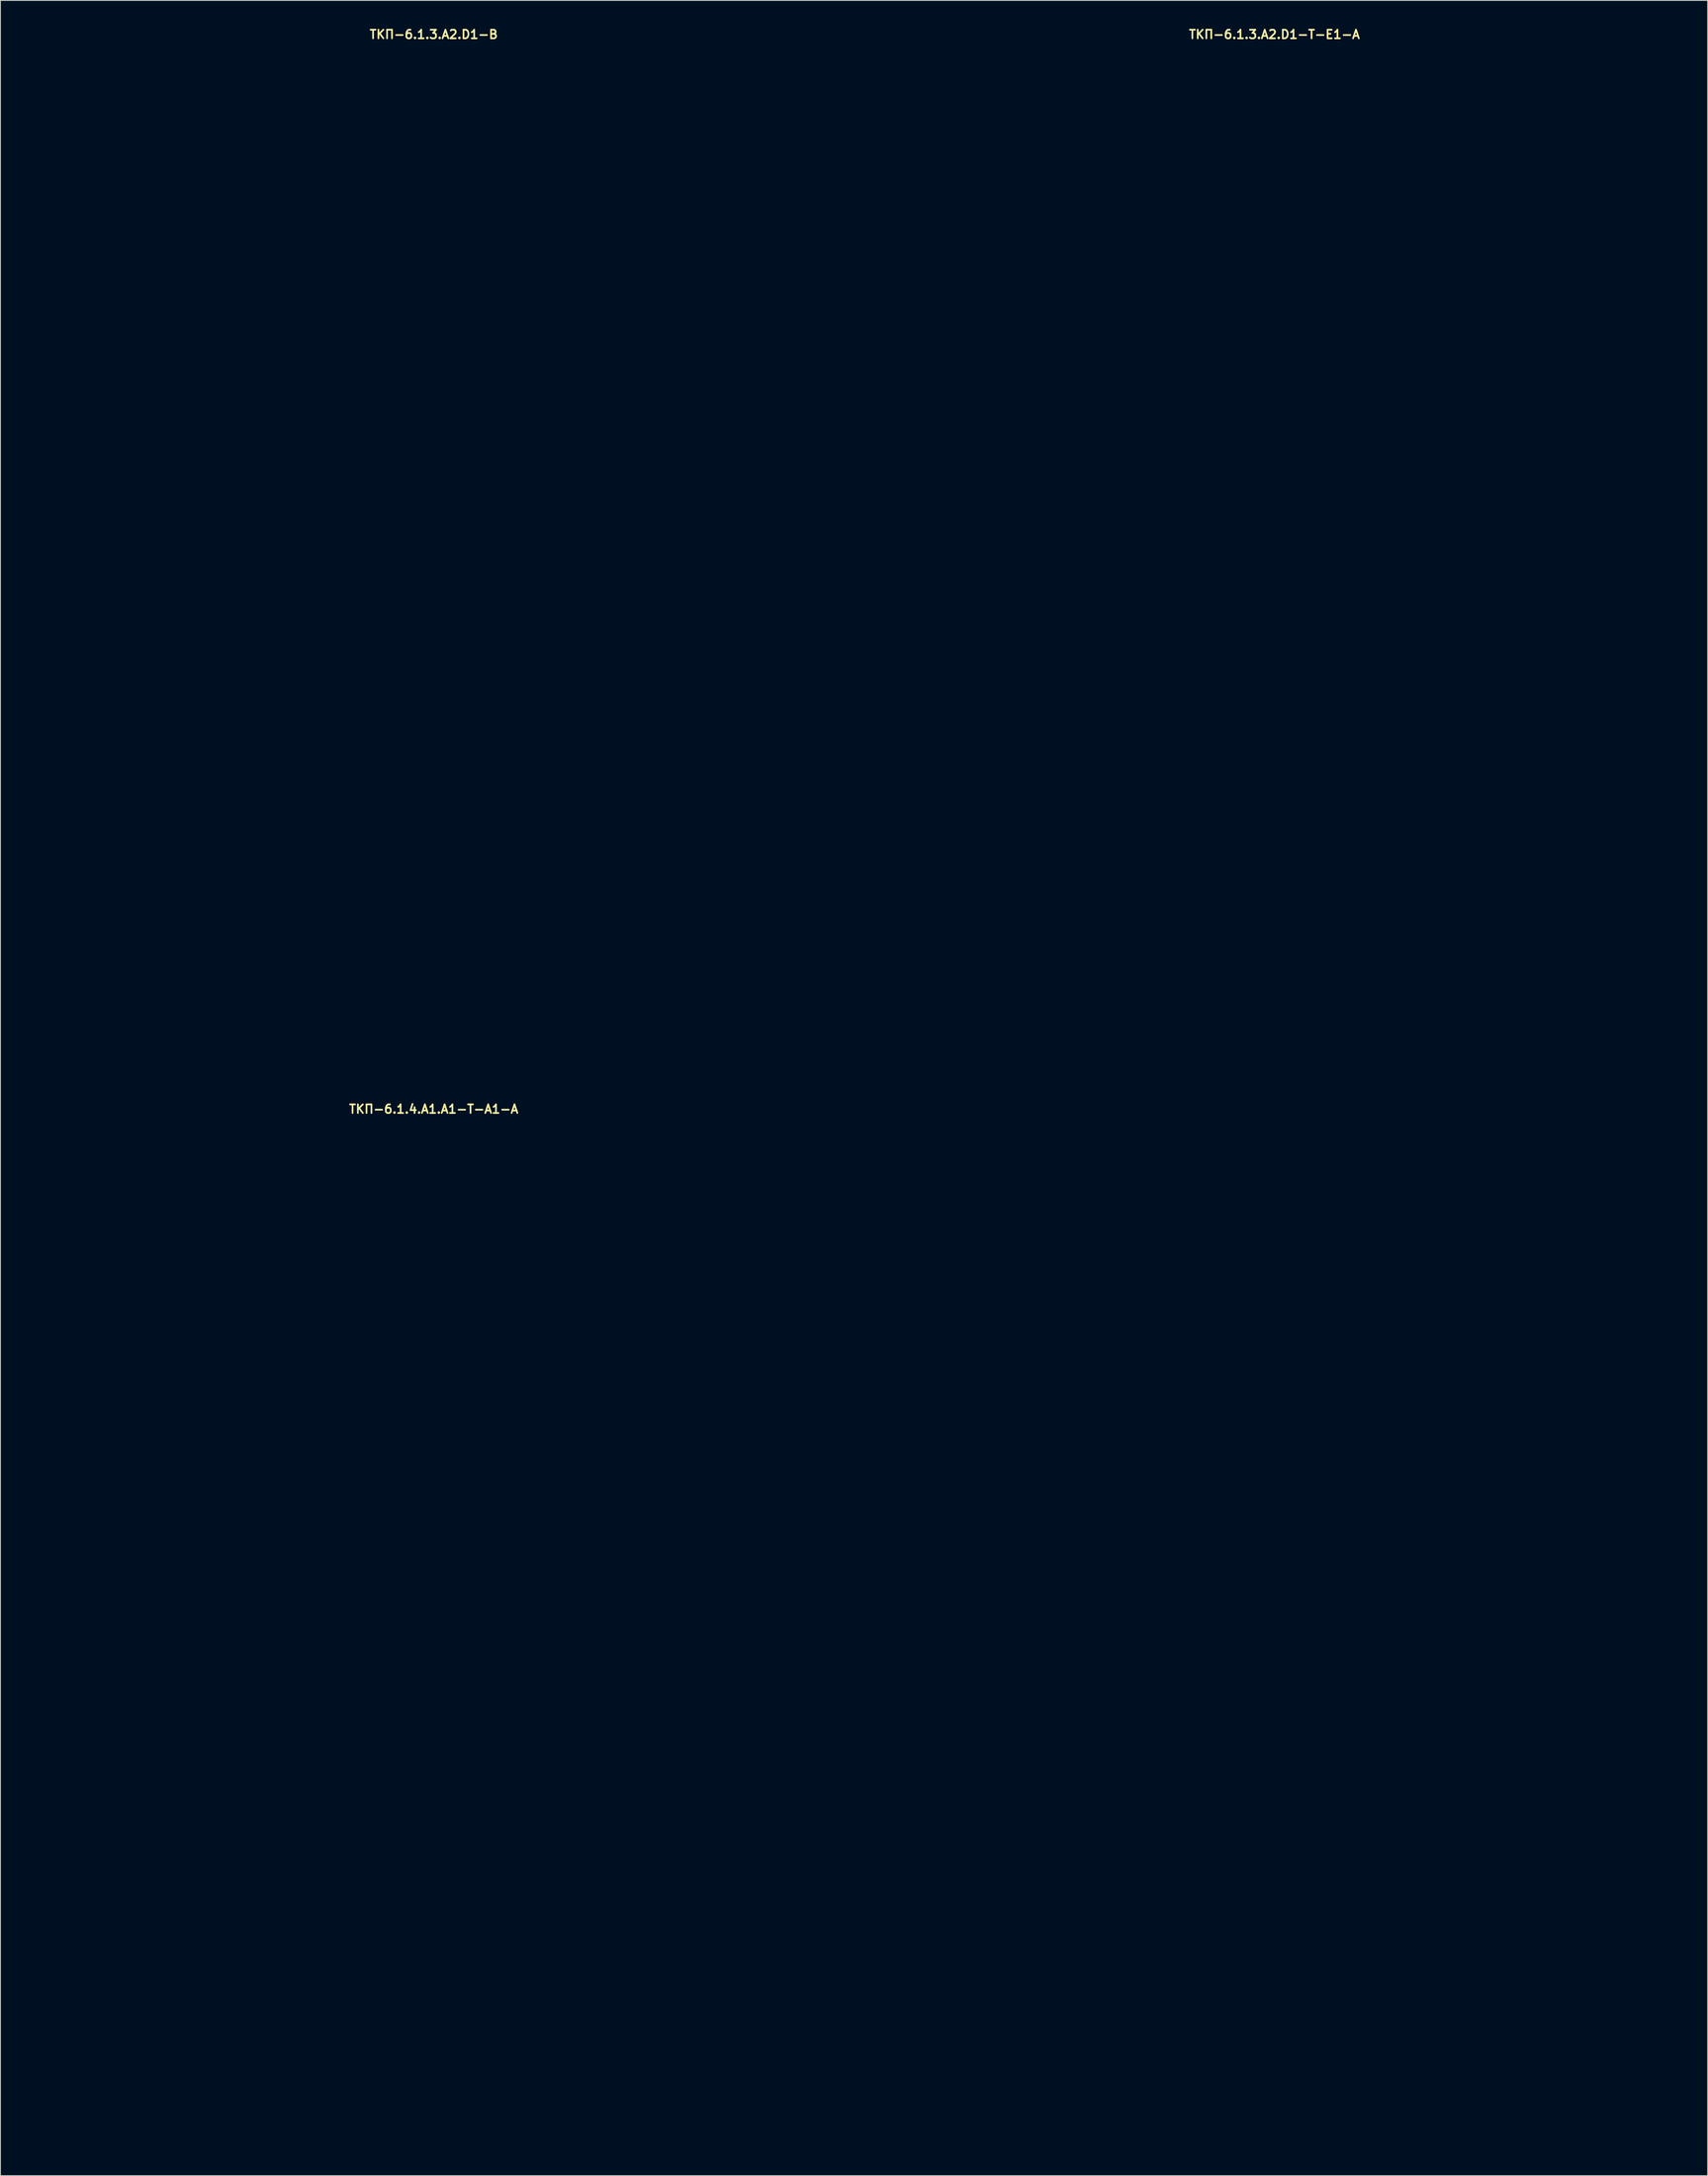
<source format=kicad_pcb>
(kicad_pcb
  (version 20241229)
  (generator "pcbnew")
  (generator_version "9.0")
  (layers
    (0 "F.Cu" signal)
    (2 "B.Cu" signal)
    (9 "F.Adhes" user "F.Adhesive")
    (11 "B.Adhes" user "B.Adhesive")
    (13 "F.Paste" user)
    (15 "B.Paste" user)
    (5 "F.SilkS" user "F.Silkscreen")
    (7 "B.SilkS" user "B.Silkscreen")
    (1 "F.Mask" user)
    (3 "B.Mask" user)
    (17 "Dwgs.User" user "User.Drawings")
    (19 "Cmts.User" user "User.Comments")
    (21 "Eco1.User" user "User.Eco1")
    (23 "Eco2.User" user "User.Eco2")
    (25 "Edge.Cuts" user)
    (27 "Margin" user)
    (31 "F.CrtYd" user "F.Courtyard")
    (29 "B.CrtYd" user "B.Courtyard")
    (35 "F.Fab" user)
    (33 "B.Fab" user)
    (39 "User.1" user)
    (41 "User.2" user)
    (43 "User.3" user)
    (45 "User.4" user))
  (footprint "ТКП-6.1.3.A2.D1-B"
    (layer "F.Cu")
    (at 47.2 61.515)
    (property "Reference" "ТКП-6.1.3.A2.D1-B" (at 0 -60.579 0) (layer "F.SilkS") (effects (font (size 1 1) (thickness 0.2))))
    (attr through_hole)
    (fp_line (start -47 -56.65) (end -47 56.65) (stroke (width 0.4) (type solid)) (layer "Eco1.User"))
    (fp_line (start -43.9 -59.75) (end 43.9 -59.75) (stroke (width 0.4) (type solid)) (layer "Eco1.User"))
    (fp_line (start -43.9 59.75) (end 43.9 59.75) (stroke (width 0.4) (type solid)) (layer "Eco1.User"))
    (fp_line (start 47 -56.65) (end 47 56.65) (stroke (width 0.4) (type solid)) (layer "Eco1.User"))
    (fp_arc (start -47 -56.65) (mid -46.092031 -58.842031) (end -43.9 -59.75) (stroke (width 0.4) (type solid)) (layer "Eco1.User"))
    (fp_arc (start -43.9 59.75) (mid -46.092031 58.842031) (end -47 56.65) (stroke (width 0.4) (type solid)) (layer "Eco1.User"))
    (fp_arc (start 43.9 -59.75) (mid 46.092031 -58.842031) (end 47 -56.65) (stroke (width 0.4) (type solid)) (layer "Eco1.User"))
    (fp_arc (start 47 56.65) (mid 46.092031 58.842031) (end 43.9 59.75) (stroke (width 0.4) (type solid)) (layer "Eco1.User"))
    (fp_circle (center -38.6 -51.35) (end -36.6 -51.35) (stroke (width 0.4) (type solid)) (fill no) (layer "Eco1.User"))
    (fp_circle (center -38.6 51.35) (end -36.6 51.35) (stroke (width 0.4) (type solid)) (fill no) (layer "Eco1.User"))
    (fp_circle (center -33.02 -31.55) (end -29.42 -31.55) (stroke (width 0.4) (type solid)) (fill no) (layer "Eco1.User"))
    (fp_circle (center -29.21 -52.07) (end -27.71 -52.07) (stroke (width 0.4) (type solid)) (fill no) (layer "Eco1.User"))
    (fp_circle (center -19.05 10.36) (end -17.55 10.36) (stroke (width 0.4) (type solid)) (fill no) (layer "Eco1.User"))
    (fp_circle (center -8.89 -52.07) (end -7.39 -52.07) (stroke (width 0.4) (type solid)) (fill no) (layer "Eco1.User"))
    (fp_circle (center 0 -31.55) (end 3.6 -31.55) (stroke (width 0.4) (type solid)) (fill no) (layer "Eco1.User"))
    (fp_circle (center 0 30.48) (end 2.65 30.48) (stroke (width 0.4) (type solid)) (fill no) (layer "Eco1.User"))
    (fp_circle (center 0 45.72) (end 6 45.72) (stroke (width 0.4) (type solid)) (fill no) (layer "Eco1.User"))
    (fp_circle (center 8.89 -52.07) (end 10.39 -52.07) (stroke (width 0.4) (type solid)) (fill no) (layer "Eco1.User"))
    (fp_circle (center 16.51 -10.16) (end 19.51 -10.16) (stroke (width 0.4) (type solid)) (fill no) (layer "Eco1.User"))
    (fp_circle (center 19.05 10.36) (end 20.55 10.36) (stroke (width 0.4) (type solid)) (fill no) (layer "Eco1.User"))
    (fp_circle (center 29.21 -52.07) (end 30.71 -52.07) (stroke (width 0.4) (type solid)) (fill no) (layer "Eco1.User"))
    (fp_circle (center 33.02 -31.55) (end 36.62 -31.55) (stroke (width 0.4) (type solid)) (fill no) (layer "Eco1.User"))
    (fp_circle (center 38.6 -51.35) (end 40.6 -51.35) (stroke (width 0.4) (type solid)) (fill no) (layer "Eco1.User"))
    (fp_circle (center 38.6 51.35) (end 40.6 51.35) (stroke (width 0.4) (type solid)) (fill no) (layer "Eco1.User")))
  (footprint "ТКП-6.1.3.A2.D1-T-E1-A"
    (layer "F.Cu")
    (at 144.6 61.515)
    (property "Reference" "ТКП-6.1.3.A2.D1-T-E1-A" (at 0 -60.579 0) (layer "F.SilkS") (effects (font (size 1 1) (thickness 0.2))))
    (attr through_hole)
    (fp_line (start -47 -56.65) (end -47 56.65) (stroke (width 0.4) (type solid)) (layer "Eco1.User"))
    (fp_line (start -43.9 -59.75) (end 43.9 -59.75) (stroke (width 0.4) (type solid)) (layer "Eco1.User"))
    (fp_line (start -43.9 59.75) (end 43.9 59.75) (stroke (width 0.4) (type solid)) (layer "Eco1.User"))
    (fp_line (start 47 -56.65) (end 47 56.65) (stroke (width 0.4) (type solid)) (layer "Eco1.User"))
    (fp_arc (start -47 -56.65) (mid -46.092031 -58.842031) (end -43.9 -59.75) (stroke (width 0.4) (type solid)) (layer "Eco1.User"))
    (fp_arc (start -43.9 59.75) (mid -46.092031 58.842031) (end -47 56.65) (stroke (width 0.4) (type solid)) (layer "Eco1.User"))
    (fp_arc (start 43.9 -59.75) (mid 46.092031 -58.842031) (end 47 -56.65) (stroke (width 0.4) (type solid)) (layer "Eco1.User"))
    (fp_arc (start 47 56.65) (mid 46.092031 58.842031) (end 43.9 59.75) (stroke (width 0.4) (type solid)) (layer "Eco1.User"))
    (fp_circle (center -38.6 -51.35) (end -36.6 -51.35) (stroke (width 0.4) (type solid)) (fill no) (layer "Eco1.User"))
    (fp_circle (center -38.6 -51.35) (end -35.1 -51.35) (stroke (width 0.4) (type solid)) (fill no) (layer "Eco1.User"))
    (fp_circle (center -38.6 51.35) (end -36.6 51.35) (stroke (width 0.4) (type solid)) (fill no) (layer "Eco1.User"))
    (fp_circle (center -38.6 51.35) (end -35.1 51.35) (stroke (width 0.4) (type solid)) (fill no) (layer "Eco1.User"))
    (fp_circle (center -33.02 -31.55) (end -29.42 -31.55) (stroke (width 0.4) (type solid)) (fill no) (layer "Eco1.User"))
    (fp_circle (center -33.02 -31.55) (end -23.52 -31.55) (stroke (width 0.4) (type solid)) (fill no) (layer "Eco1.User"))
    (fp_circle (center -29.21 -52.07) (end -27.71 -52.07) (stroke (width 0.4) (type solid)) (fill no) (layer "Eco1.User"))
    (fp_circle (center -29.21 -52.07) (end -25.71 -52.07) (stroke (width 0.4) (type solid)) (fill no) (layer "Eco1.User"))
    (fp_circle (center -19.05 10.36) (end -17.55 10.36) (stroke (width 0.4) (type solid)) (fill no) (layer "Eco1.User"))
    (fp_circle (center -19.05 10.36) (end -15.55 10.36) (stroke (width 0.4) (type solid)) (fill no) (layer "Eco1.User"))
    (fp_circle (center -16.51 -10.16) (end -13.51 -10.16) (stroke (width 0.4) (type solid)) (fill no) (layer "Eco1.User"))
    (fp_circle (center -8.89 -52.07) (end -7.39 -52.07) (stroke (width 0.4) (type solid)) (fill no) (layer "Eco1.User"))
    (fp_circle (center -8.89 -52.07) (end -5.39 -52.07) (stroke (width 0.4) (type solid)) (fill no) (layer "Eco1.User"))
    (fp_circle (center 0 -31.55) (end 3.6 -31.55) (stroke (width 0.4) (type solid)) (fill no) (layer "Eco1.User"))
    (fp_circle (center 0 -31.55) (end 9.5 -31.55) (stroke (width 0.4) (type solid)) (fill no) (layer "Eco1.User"))
    (fp_circle (center 0 30.48) (end 2.65 30.48) (stroke (width 0.4) (type solid)) (fill no) (layer "Eco1.User"))
    (fp_circle (center 0 45.72) (end 6 45.72) (stroke (width 0.4) (type solid)) (fill no) (layer "Eco1.User"))
    (fp_circle (center 0 45.72) (end 9.75 45.72) (stroke (width 0.4) (type solid)) (fill no) (layer "Eco1.User"))
    (fp_circle (center 8.89 -52.07) (end 10.39 -52.07) (stroke (width 0.4) (type solid)) (fill no) (layer "Eco1.User"))
    (fp_circle (center 8.89 -52.07) (end 12.39 -52.07) (stroke (width 0.4) (type solid)) (fill no) (layer "Eco1.User"))
    (fp_circle (center 19.05 10.36) (end 20.55 10.36) (stroke (width 0.4) (type solid)) (fill no) (layer "Eco1.User"))
    (fp_circle (center 19.05 10.36) (end 22.55 10.36) (stroke (width 0.4) (type solid)) (fill no) (layer "Eco1.User"))
    (fp_circle (center 29.21 -52.07) (end 30.71 -52.07) (stroke (width 0.4) (type solid)) (fill no) (layer "Eco1.User"))
    (fp_circle (center 29.21 -52.07) (end 32.71 -52.07) (stroke (width 0.4) (type solid)) (fill no) (layer "Eco1.User"))
    (fp_circle (center 33.02 -31.55) (end 36.62 -31.55) (stroke (width 0.4) (type solid)) (fill no) (layer "Eco1.User"))
    (fp_circle (center 33.02 -31.55) (end 42.52 -31.55) (stroke (width 0.4) (type solid)) (fill no) (layer "Eco1.User"))
    (fp_circle (center 38.6 -51.35) (end 40.6 -51.35) (stroke (width 0.4) (type solid)) (fill no) (layer "Eco1.User"))
    (fp_circle (center 38.6 -51.35) (end 42.1 -51.35) (stroke (width 0.4) (type solid)) (fill no) (layer "Eco1.User"))
    (fp_circle (center 38.6 51.35) (end 40.6 51.35) (stroke (width 0.4) (type solid)) (fill no) (layer "Eco1.User"))
    (fp_circle (center 38.6 51.35) (end 42.1 51.35) (stroke (width 0.4) (type solid)) (fill no) (layer "Eco1.User")))
  (footprint "ТКП-6.1.4.A1.A1-T-A1-A"
    (layer "F.Cu")
    (at 47.2 185.98)
    (property "Reference" "ТКП-6.1.4.A1.A1-T-A1-A" (at 0 -60.579 0) (layer "F.SilkS") (effects (font (size 1 1) (thickness 0.2))))
    (attr through_hole)
    (fp_line (start -47 -59.75) (end -47 59.75) (stroke (width 0.4) (type solid)) (layer "Eco1.User"))
    (fp_line (start -47 -59.75) (end 47 -59.75) (stroke (width 0.4) (type solid)) (layer "Eco1.User"))
    (fp_line (start -47 59.75) (end 47 59.75) (stroke (width 0.4) (type solid)) (layer "Eco1.User"))
    (fp_line (start -44.75 -57.5) (end -44.75 57.5) (stroke (width 0.4) (type solid)) (layer "Eco1.User"))
    (fp_line (start -44.75 -57.5) (end 44.75 -57.5) (stroke (width 0.4) (type solid)) (layer "Eco1.User"))
    (fp_line (start -44.75 57.5) (end 44.75 57.5) (stroke (width 0.4) (type solid)) (layer "Eco1.User"))
    (fp_line (start -41.5 17.54) (end 41.5 17.54) (stroke (width 0.4) (type solid)) (layer "Eco1.User"))
    (fp_line (start 44.75 -57.5) (end 44.75 57.5) (stroke (width 0.4) (type solid)) (layer "Eco1.User"))
    (fp_line (start 47 -59.75) (end 47 59.75) (stroke (width 0.4) (type solid)) (layer "Eco1.User"))
    (fp_arc (start -44.75 -54.25) (mid -43.798097 -56.548097) (end -41.5 -57.5) (stroke (width 0.4) (type solid)) (layer "Eco1.User"))
    (fp_arc (start -41.5 17.54) (mid -43.798097 16.588097) (end -44.75 14.29) (stroke (width 0.4) (type solid)) (layer "Eco1.User"))
    (fp_arc (start 41.5 -57.5) (mid 43.798097 -56.548097) (end 44.75 -54.25) (stroke (width 0.4) (type solid)) (layer "Eco1.User"))
    (fp_arc (start 44.75 14.29) (mid 43.798097 16.588097) (end 41.5 17.54) (stroke (width 0.4) (type solid)) (layer "Eco1.User"))
    (fp_circle (center -33.02 -31.55) (end -29.42 -31.55) (stroke (width 0.4) (type solid)) (fill no) (layer "Eco1.User"))
    (fp_circle (center -33.02 -31.55) (end -23.52 -31.55) (stroke (width 0.4) (type solid)) (fill no) (layer "Eco1.User"))
    (fp_circle (center -29.21 -52.07) (end -27.71 -52.07) (stroke (width 0.4) (type solid)) (fill no) (layer "Eco1.User"))
    (fp_circle (center -29.21 -52.07) (end -25.71 -52.07) (stroke (width 0.4) (type solid)) (fill no) (layer "Eco1.User"))
    (fp_circle (center -19.05 10.36) (end -17.55 10.36) (stroke (width 0.4) (type solid)) (fill no) (layer "Eco1.User"))
    (fp_circle (center -19.05 10.36) (end -15.55 10.36) (stroke (width 0.4) (type solid)) (fill no) (layer "Eco1.User"))
    (fp_circle (center -16.51 -10.16) (end -13.51 -10.16) (stroke (width 0.4) (type solid)) (fill no) (layer "Eco1.User"))
    (fp_circle (center -16.51 -10.16) (end -12.51 -10.16) (stroke (width 0.4) (type solid)) (fill no) (layer "Eco1.User"))
    (fp_circle (center -8.89 -52.07) (end -7.39 -52.07) (stroke (width 0.4) (type solid)) (fill no) (layer "Eco1.User"))
    (fp_circle (center -8.89 -52.07) (end -5.39 -52.07) (stroke (width 0.4) (type solid)) (fill no) (layer "Eco1.User"))
    (fp_circle (center 0 -31.55) (end 3.6 -31.55) (stroke (width 0.4) (type solid)) (fill no) (layer "Eco1.User"))
    (fp_circle (center 0 -31.55) (end 9.5 -31.55) (stroke (width 0.4) (type solid)) (fill no) (layer "Eco1.User"))
    (fp_circle (center 0 30.48) (end 2.65 30.48) (stroke (width 0.4) (type solid)) (fill no) (layer "Eco1.User"))
    (fp_circle (center 0 45.72) (end 6.5 45.72) (stroke (width 0.4) (type solid)) (fill no) (layer "Eco1.User"))
    (fp_circle (center 0 45.72) (end 9.75 45.72) (stroke (width 0.4) (type solid)) (fill no) (layer "Eco1.User"))
    (fp_circle (center 8.89 -52.07) (end 10.39 -52.07) (stroke (width 0.4) (type solid)) (fill no) (layer "Eco1.User"))
    (fp_circle (center 8.89 -52.07) (end 12.39 -52.07) (stroke (width 0.4) (type solid)) (fill no) (layer "Eco1.User"))
    (fp_circle (center 19.05 10.36) (end 20.55 10.36) (stroke (width 0.4) (type solid)) (fill no) (layer "Eco1.User"))
    (fp_circle (center 19.05 10.36) (end 22.55 10.36) (stroke (width 0.4) (type solid)) (fill no) (layer "Eco1.User"))
    (fp_circle (center 29.21 -52.07) (end 30.71 -52.07) (stroke (width 0.4) (type solid)) (fill no) (layer "Eco1.User"))
    (fp_circle (center 29.21 -52.07) (end 32.71 -52.07) (stroke (width 0.4) (type solid)) (fill no) (layer "Eco1.User"))
    (fp_circle (center 33.02 -31.55) (end 36.62 -31.55) (stroke (width 0.4) (type solid)) (fill no) (layer "Eco1.User"))
    (fp_circle (center 33.02 -31.55) (end 42.52 -31.55) (stroke (width 0.4) (type solid)) (fill no) (layer "Eco1.User")))
  (gr_rect
    (start -3 -3)
    (end 194.8 248.93)
    (stroke (width 0.1) (type default))
    (fill no)
    (layer "Edge.Cuts")))
</source>
